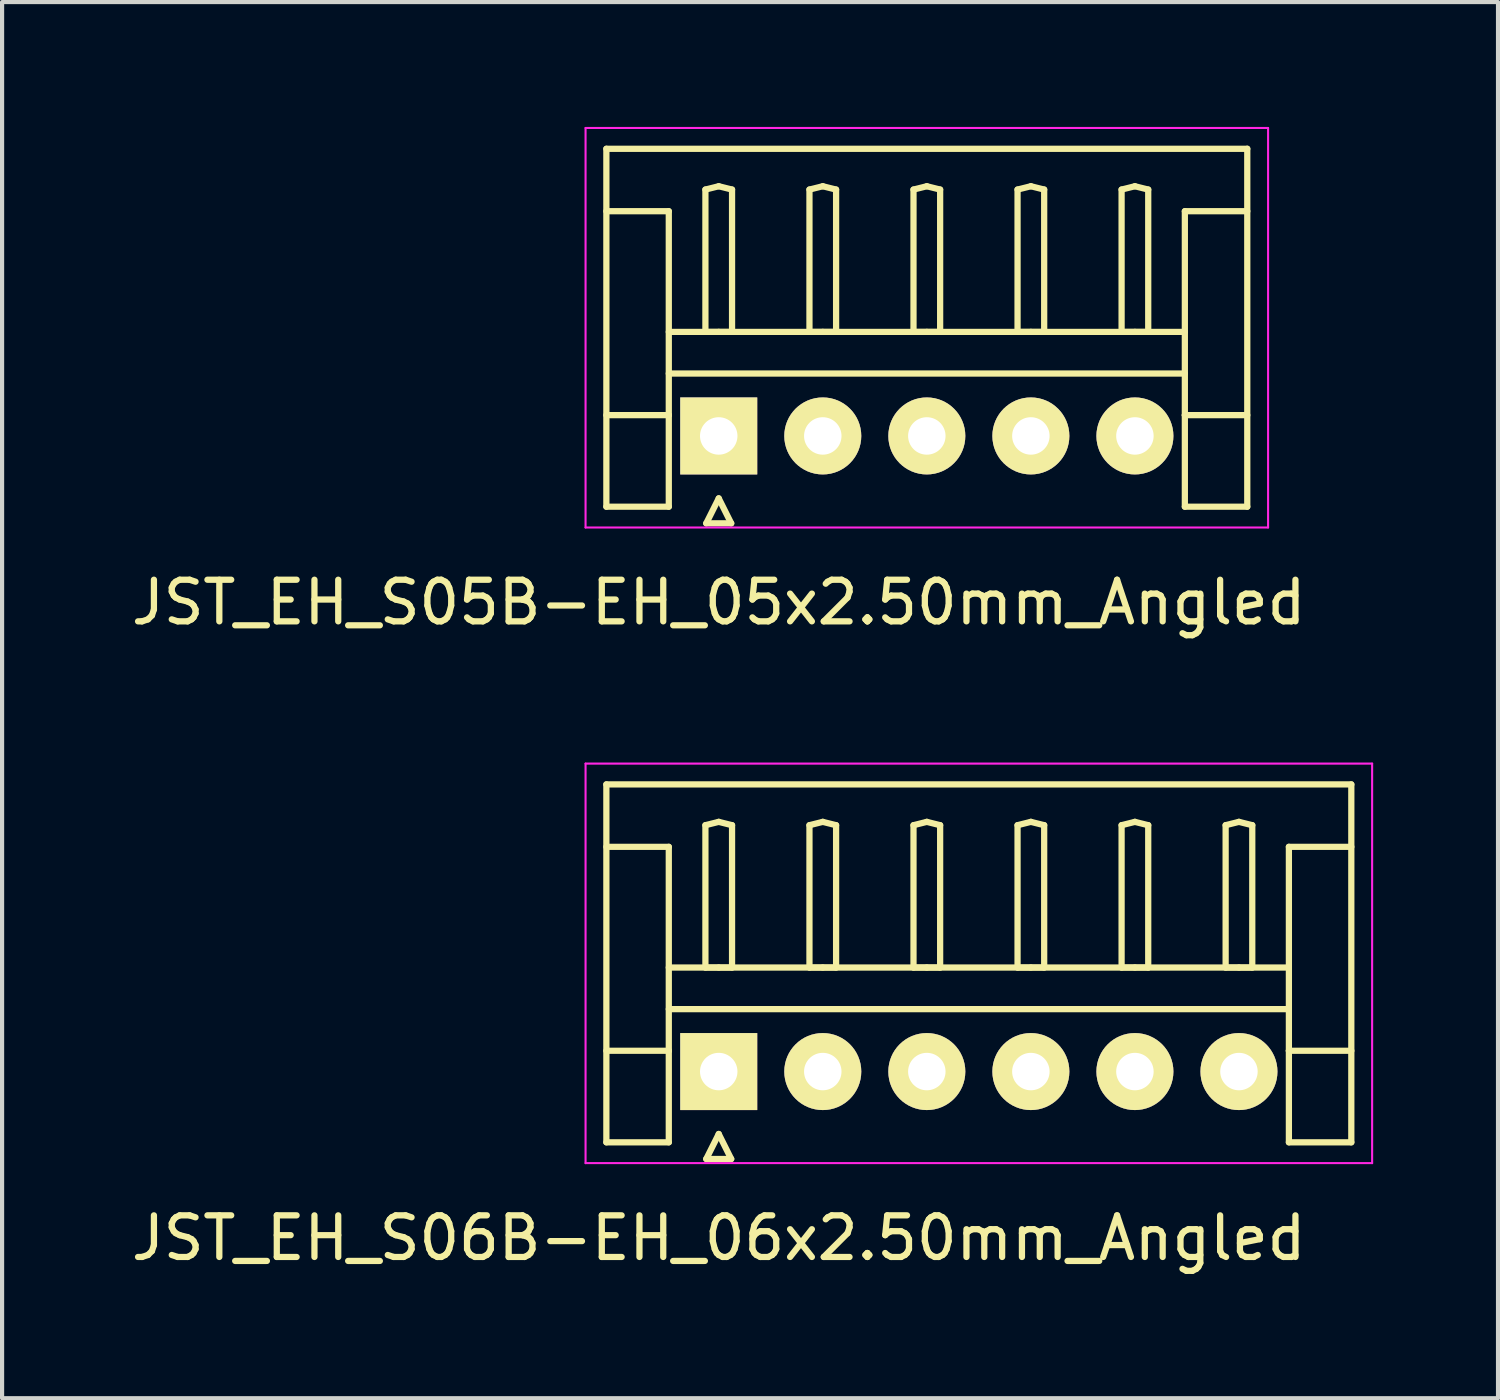
<source format=kicad_pcb>
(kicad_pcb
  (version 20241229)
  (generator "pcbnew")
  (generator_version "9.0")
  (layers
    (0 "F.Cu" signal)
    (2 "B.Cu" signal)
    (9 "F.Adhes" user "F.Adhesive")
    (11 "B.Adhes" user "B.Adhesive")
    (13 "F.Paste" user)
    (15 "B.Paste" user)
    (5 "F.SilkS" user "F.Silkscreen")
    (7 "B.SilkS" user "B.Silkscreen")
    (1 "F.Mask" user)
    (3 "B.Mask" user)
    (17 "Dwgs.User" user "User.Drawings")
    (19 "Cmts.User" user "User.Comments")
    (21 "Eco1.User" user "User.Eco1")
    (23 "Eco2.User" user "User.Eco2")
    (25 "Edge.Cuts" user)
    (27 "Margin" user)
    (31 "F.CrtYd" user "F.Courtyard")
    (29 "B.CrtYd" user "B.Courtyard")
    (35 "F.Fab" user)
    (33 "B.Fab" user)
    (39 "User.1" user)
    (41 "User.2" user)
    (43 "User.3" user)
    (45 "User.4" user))
  (footprint "JST_EH_S06B-EH_06x2.50mm_Angled"
    (layer "F.Cu")
    (at 14.22 22.698)
    (property "Reference" "JST_EH_S06B-EH_06x2.50mm_Angled" (at 0 4 0) (layer "F.SilkS") (effects (font (size 1 1) (thickness 0.15))))
    (attr through_hole)
    (fp_line (start -2.7 -6.9) (end 15.2 -6.9) (stroke (width 0.15) (type solid)) (layer "F.SilkS"))
    (fp_line (start -2.7 -5.4) (end -1.2 -5.4) (stroke (width 0.15) (type solid)) (layer "F.SilkS"))
    (fp_line (start -2.7 1.7) (end -2.7 -6.9) (stroke (width 0.15) (type solid)) (layer "F.SilkS"))
    (fp_line (start -1.2 -5.4) (end -1.2 -0.5) (stroke (width 0.15) (type solid)) (layer "F.SilkS"))
    (fp_line (start -1.2 -2.5) (end 13.7 -2.5) (stroke (width 0.15) (type solid)) (layer "F.SilkS"))
    (fp_line (start -1.2 -1.5) (end 13.7 -1.5) (stroke (width 0.15) (type solid)) (layer "F.SilkS"))
    (fp_line (start -1.2 -0.5) (end -2.7 -0.5) (stroke (width 0.15) (type solid)) (layer "F.SilkS"))
    (fp_line (start -1.2 -0.5) (end -1.2 1.7) (stroke (width 0.15) (type solid)) (layer "F.SilkS"))
    (fp_line (start -1.2 1.7) (end -2.7 1.7) (stroke (width 0.15) (type solid)) (layer "F.SilkS"))
    (fp_line (start -0.32 -5.92) (end 0 -6) (stroke (width 0.15) (type solid)) (layer "F.SilkS"))
    (fp_line (start -0.32 -2.5) (end -0.32 -5.92) (stroke (width 0.15) (type solid)) (layer "F.SilkS"))
    (fp_line (start -0.3 2.1) (end 0.3 2.1) (stroke (width 0.15) (type solid)) (layer "F.SilkS"))
    (fp_line (start 0 -6) (end 0.32 -5.92) (stroke (width 0.15) (type solid)) (layer "F.SilkS"))
    (fp_line (start 0 -2.5) (end -0.32 -2.5) (stroke (width 0.15) (type solid)) (layer "F.SilkS"))
    (fp_line (start 0 1.5) (end -0.3 2.1) (stroke (width 0.15) (type solid)) (layer "F.SilkS"))
    (fp_line (start 0.3 2.1) (end 0 1.5) (stroke (width 0.15) (type solid)) (layer "F.SilkS"))
    (fp_line (start 0.32 -5.92) (end 0.32 -2.5) (stroke (width 0.15) (type solid)) (layer "F.SilkS"))
    (fp_line (start 0.32 -2.5) (end 0 -2.5) (stroke (width 0.15) (type solid)) (layer "F.SilkS"))
    (fp_line (start 2.18 -5.92) (end 2.5 -6) (stroke (width 0.15) (type solid)) (layer "F.SilkS"))
    (fp_line (start 2.18 -2.5) (end 2.18 -5.92) (stroke (width 0.15) (type solid)) (layer "F.SilkS"))
    (fp_line (start 2.5 -6) (end 2.82 -5.92) (stroke (width 0.15) (type solid)) (layer "F.SilkS"))
    (fp_line (start 2.5 -2.5) (end 2.18 -2.5) (stroke (width 0.15) (type solid)) (layer "F.SilkS"))
    (fp_line (start 2.82 -5.92) (end 2.82 -2.5) (stroke (width 0.15) (type solid)) (layer "F.SilkS"))
    (fp_line (start 2.82 -2.5) (end 2.5 -2.5) (stroke (width 0.15) (type solid)) (layer "F.SilkS"))
    (fp_line (start 4.68 -5.92) (end 5 -6) (stroke (width 0.15) (type solid)) (layer "F.SilkS"))
    (fp_line (start 4.68 -2.5) (end 4.68 -5.92) (stroke (width 0.15) (type solid)) (layer "F.SilkS"))
    (fp_line (start 5 -6) (end 5.32 -5.92) (stroke (width 0.15) (type solid)) (layer "F.SilkS"))
    (fp_line (start 5 -2.5) (end 4.68 -2.5) (stroke (width 0.15) (type solid)) (layer "F.SilkS"))
    (fp_line (start 5.32 -5.92) (end 5.32 -2.5) (stroke (width 0.15) (type solid)) (layer "F.SilkS"))
    (fp_line (start 5.32 -2.5) (end 5 -2.5) (stroke (width 0.15) (type solid)) (layer "F.SilkS"))
    (fp_line (start 7.18 -5.92) (end 7.5 -6) (stroke (width 0.15) (type solid)) (layer "F.SilkS"))
    (fp_line (start 7.18 -2.5) (end 7.18 -5.92) (stroke (width 0.15) (type solid)) (layer "F.SilkS"))
    (fp_line (start 7.5 -6) (end 7.82 -5.92) (stroke (width 0.15) (type solid)) (layer "F.SilkS"))
    (fp_line (start 7.5 -2.5) (end 7.18 -2.5) (stroke (width 0.15) (type solid)) (layer "F.SilkS"))
    (fp_line (start 7.82 -5.92) (end 7.82 -2.5) (stroke (width 0.15) (type solid)) (layer "F.SilkS"))
    (fp_line (start 7.82 -2.5) (end 7.5 -2.5) (stroke (width 0.15) (type solid)) (layer "F.SilkS"))
    (fp_line (start 9.68 -5.92) (end 10 -6) (stroke (width 0.15) (type solid)) (layer "F.SilkS"))
    (fp_line (start 9.68 -2.5) (end 9.68 -5.92) (stroke (width 0.15) (type solid)) (layer "F.SilkS"))
    (fp_line (start 10 -6) (end 10.32 -5.92) (stroke (width 0.15) (type solid)) (layer "F.SilkS"))
    (fp_line (start 10 -2.5) (end 9.68 -2.5) (stroke (width 0.15) (type solid)) (layer "F.SilkS"))
    (fp_line (start 10.32 -5.92) (end 10.32 -2.5) (stroke (width 0.15) (type solid)) (layer "F.SilkS"))
    (fp_line (start 10.32 -2.5) (end 10 -2.5) (stroke (width 0.15) (type solid)) (layer "F.SilkS"))
    (fp_line (start 12.18 -5.92) (end 12.5 -6) (stroke (width 0.15) (type solid)) (layer "F.SilkS"))
    (fp_line (start 12.18 -2.5) (end 12.18 -5.92) (stroke (width 0.15) (type solid)) (layer "F.SilkS"))
    (fp_line (start 12.5 -6) (end 12.82 -5.92) (stroke (width 0.15) (type solid)) (layer "F.SilkS"))
    (fp_line (start 12.5 -2.5) (end 12.18 -2.5) (stroke (width 0.15) (type solid)) (layer "F.SilkS"))
    (fp_line (start 12.82 -5.92) (end 12.82 -2.5) (stroke (width 0.15) (type solid)) (layer "F.SilkS"))
    (fp_line (start 12.82 -2.5) (end 12.5 -2.5) (stroke (width 0.15) (type solid)) (layer "F.SilkS"))
    (fp_line (start 13.7 -5.4) (end 13.7 -0.5) (stroke (width 0.15) (type solid)) (layer "F.SilkS"))
    (fp_line (start 13.7 -0.5) (end 15.2 -0.5) (stroke (width 0.15) (type solid)) (layer "F.SilkS"))
    (fp_line (start 13.7 1.7) (end 13.7 -0.5) (stroke (width 0.15) (type solid)) (layer "F.SilkS"))
    (fp_line (start 15.2 -6.9) (end 15.2 1.7) (stroke (width 0.15) (type solid)) (layer "F.SilkS"))
    (fp_line (start 15.2 -5.4) (end 13.7 -5.4) (stroke (width 0.15) (type solid)) (layer "F.SilkS"))
    (fp_line (start 15.2 1.7) (end 13.7 1.7) (stroke (width 0.15) (type solid)) (layer "F.SilkS"))
    (fp_line (start -3.2 -7.4) (end -3.2 2.2) (stroke (width 0.05) (type solid)) (layer "F.CrtYd"))
    (fp_line (start -3.2 2.2) (end 15.7 2.2) (stroke (width 0.05) (type solid)) (layer "F.CrtYd"))
    (fp_line (start 15.7 -7.4) (end -3.2 -7.4) (stroke (width 0.05) (type solid)) (layer "F.CrtYd"))
    (fp_line (start 15.7 2.2) (end 15.7 -7.4) (stroke (width 0.05) (type solid)) (layer "F.CrtYd"))
    (pad "1" thru_hole rect (at 0 0) (size 1.85 1.85) (drill 0.9) (layers "*.Cu" "*.Mask" "F.SilkS"))
    (pad "2" thru_hole circle (at 2.5 0) (size 1.85 1.85) (drill 0.9) (layers "*.Cu" "*.Mask" "F.SilkS"))
    (pad "3" thru_hole circle (at 5 0) (size 1.85 1.85) (drill 0.9) (layers "*.Cu" "*.Mask" "F.SilkS"))
    (pad "4" thru_hole circle (at 7.5 0) (size 1.85 1.85) (drill 0.9) (layers "*.Cu" "*.Mask" "F.SilkS"))
    (pad "5" thru_hole circle (at 10 0) (size 1.85 1.85) (drill 0.9) (layers "*.Cu" "*.Mask" "F.SilkS"))
    (pad "6" thru_hole circle (at 12.5 0) (size 1.85 1.85) (drill 0.9) (layers "*.Cu" "*.Mask" "F.SilkS")))
  (footprint "JST_EH_S05B-EH_05x2.50mm_Angled"
    (layer "F.Cu")
    (at 14.22 7.425)
    (property "Reference" "JST_EH_S05B-EH_05x2.50mm_Angled" (at 0 4 0) (layer "F.SilkS") (effects (font (size 1 1) (thickness 0.15))))
    (attr through_hole)
    (fp_line (start -2.7 -6.9) (end 12.7 -6.9) (stroke (width 0.15) (type solid)) (layer "F.SilkS"))
    (fp_line (start -2.7 -5.4) (end -1.2 -5.4) (stroke (width 0.15) (type solid)) (layer "F.SilkS"))
    (fp_line (start -2.7 1.7) (end -2.7 -6.9) (stroke (width 0.15) (type solid)) (layer "F.SilkS"))
    (fp_line (start -1.2 -5.4) (end -1.2 -0.5) (stroke (width 0.15) (type solid)) (layer "F.SilkS"))
    (fp_line (start -1.2 -2.5) (end 11.2 -2.5) (stroke (width 0.15) (type solid)) (layer "F.SilkS"))
    (fp_line (start -1.2 -1.5) (end 11.2 -1.5) (stroke (width 0.15) (type solid)) (layer "F.SilkS"))
    (fp_line (start -1.2 -0.5) (end -2.7 -0.5) (stroke (width 0.15) (type solid)) (layer "F.SilkS"))
    (fp_line (start -1.2 -0.5) (end -1.2 1.7) (stroke (width 0.15) (type solid)) (layer "F.SilkS"))
    (fp_line (start -1.2 1.7) (end -2.7 1.7) (stroke (width 0.15) (type solid)) (layer "F.SilkS"))
    (fp_line (start -0.32 -5.92) (end 0 -6) (stroke (width 0.15) (type solid)) (layer "F.SilkS"))
    (fp_line (start -0.32 -2.5) (end -0.32 -5.92) (stroke (width 0.15) (type solid)) (layer "F.SilkS"))
    (fp_line (start -0.3 2.1) (end 0.3 2.1) (stroke (width 0.15) (type solid)) (layer "F.SilkS"))
    (fp_line (start 0 -6) (end 0.32 -5.92) (stroke (width 0.15) (type solid)) (layer "F.SilkS"))
    (fp_line (start 0 -2.5) (end -0.32 -2.5) (stroke (width 0.15) (type solid)) (layer "F.SilkS"))
    (fp_line (start 0 1.5) (end -0.3 2.1) (stroke (width 0.15) (type solid)) (layer "F.SilkS"))
    (fp_line (start 0.3 2.1) (end 0 1.5) (stroke (width 0.15) (type solid)) (layer "F.SilkS"))
    (fp_line (start 0.32 -5.92) (end 0.32 -2.5) (stroke (width 0.15) (type solid)) (layer "F.SilkS"))
    (fp_line (start 0.32 -2.5) (end 0 -2.5) (stroke (width 0.15) (type solid)) (layer "F.SilkS"))
    (fp_line (start 2.18 -5.92) (end 2.5 -6) (stroke (width 0.15) (type solid)) (layer "F.SilkS"))
    (fp_line (start 2.18 -2.5) (end 2.18 -5.92) (stroke (width 0.15) (type solid)) (layer "F.SilkS"))
    (fp_line (start 2.5 -6) (end 2.82 -5.92) (stroke (width 0.15) (type solid)) (layer "F.SilkS"))
    (fp_line (start 2.5 -2.5) (end 2.18 -2.5) (stroke (width 0.15) (type solid)) (layer "F.SilkS"))
    (fp_line (start 2.82 -5.92) (end 2.82 -2.5) (stroke (width 0.15) (type solid)) (layer "F.SilkS"))
    (fp_line (start 2.82 -2.5) (end 2.5 -2.5) (stroke (width 0.15) (type solid)) (layer "F.SilkS"))
    (fp_line (start 4.68 -5.92) (end 5 -6) (stroke (width 0.15) (type solid)) (layer "F.SilkS"))
    (fp_line (start 4.68 -2.5) (end 4.68 -5.92) (stroke (width 0.15) (type solid)) (layer "F.SilkS"))
    (fp_line (start 5 -6) (end 5.32 -5.92) (stroke (width 0.15) (type solid)) (layer "F.SilkS"))
    (fp_line (start 5 -2.5) (end 4.68 -2.5) (stroke (width 0.15) (type solid)) (layer "F.SilkS"))
    (fp_line (start 5.32 -5.92) (end 5.32 -2.5) (stroke (width 0.15) (type solid)) (layer "F.SilkS"))
    (fp_line (start 5.32 -2.5) (end 5 -2.5) (stroke (width 0.15) (type solid)) (layer "F.SilkS"))
    (fp_line (start 7.18 -5.92) (end 7.5 -6) (stroke (width 0.15) (type solid)) (layer "F.SilkS"))
    (fp_line (start 7.18 -2.5) (end 7.18 -5.92) (stroke (width 0.15) (type solid)) (layer "F.SilkS"))
    (fp_line (start 7.5 -6) (end 7.82 -5.92) (stroke (width 0.15) (type solid)) (layer "F.SilkS"))
    (fp_line (start 7.5 -2.5) (end 7.18 -2.5) (stroke (width 0.15) (type solid)) (layer "F.SilkS"))
    (fp_line (start 7.82 -5.92) (end 7.82 -2.5) (stroke (width 0.15) (type solid)) (layer "F.SilkS"))
    (fp_line (start 7.82 -2.5) (end 7.5 -2.5) (stroke (width 0.15) (type solid)) (layer "F.SilkS"))
    (fp_line (start 9.68 -5.92) (end 10 -6) (stroke (width 0.15) (type solid)) (layer "F.SilkS"))
    (fp_line (start 9.68 -2.5) (end 9.68 -5.92) (stroke (width 0.15) (type solid)) (layer "F.SilkS"))
    (fp_line (start 10 -6) (end 10.32 -5.92) (stroke (width 0.15) (type solid)) (layer "F.SilkS"))
    (fp_line (start 10 -2.5) (end 9.68 -2.5) (stroke (width 0.15) (type solid)) (layer "F.SilkS"))
    (fp_line (start 10.32 -5.92) (end 10.32 -2.5) (stroke (width 0.15) (type solid)) (layer "F.SilkS"))
    (fp_line (start 10.32 -2.5) (end 10 -2.5) (stroke (width 0.15) (type solid)) (layer "F.SilkS"))
    (fp_line (start 11.2 -5.4) (end 11.2 -0.5) (stroke (width 0.15) (type solid)) (layer "F.SilkS"))
    (fp_line (start 11.2 -0.5) (end 12.7 -0.5) (stroke (width 0.15) (type solid)) (layer "F.SilkS"))
    (fp_line (start 11.2 1.7) (end 11.2 -0.5) (stroke (width 0.15) (type solid)) (layer "F.SilkS"))
    (fp_line (start 12.7 -6.9) (end 12.7 1.7) (stroke (width 0.15) (type solid)) (layer "F.SilkS"))
    (fp_line (start 12.7 -5.4) (end 11.2 -5.4) (stroke (width 0.15) (type solid)) (layer "F.SilkS"))
    (fp_line (start 12.7 1.7) (end 11.2 1.7) (stroke (width 0.15) (type solid)) (layer "F.SilkS"))
    (fp_line (start -3.2 -7.4) (end -3.2 2.2) (stroke (width 0.05) (type solid)) (layer "F.CrtYd"))
    (fp_line (start -3.2 2.2) (end 13.2 2.2) (stroke (width 0.05) (type solid)) (layer "F.CrtYd"))
    (fp_line (start 13.2 -7.4) (end -3.2 -7.4) (stroke (width 0.05) (type solid)) (layer "F.CrtYd"))
    (fp_line (start 13.2 2.2) (end 13.2 -7.4) (stroke (width 0.05) (type solid)) (layer "F.CrtYd"))
    (pad "1" thru_hole rect (at 0 0) (size 1.85 1.85) (drill 0.9) (layers "*.Cu" "*.Mask" "F.SilkS"))
    (pad "2" thru_hole circle (at 2.5 0) (size 1.85 1.85) (drill 0.9) (layers "*.Cu" "*.Mask" "F.SilkS"))
    (pad "3" thru_hole circle (at 5 0) (size 1.85 1.85) (drill 0.9) (layers "*.Cu" "*.Mask" "F.SilkS"))
    (pad "4" thru_hole circle (at 7.5 0) (size 1.85 1.85) (drill 0.9) (layers "*.Cu" "*.Mask" "F.SilkS"))
    (pad "5" thru_hole circle (at 10 0) (size 1.85 1.85) (drill 0.9) (layers "*.Cu" "*.Mask" "F.SilkS")))
  (gr_rect
    (start -3 -3)
    (end 32.945 30.547)
    (stroke (width 0.1) (type default))
    (fill no)
    (layer "Edge.Cuts")))
</source>
